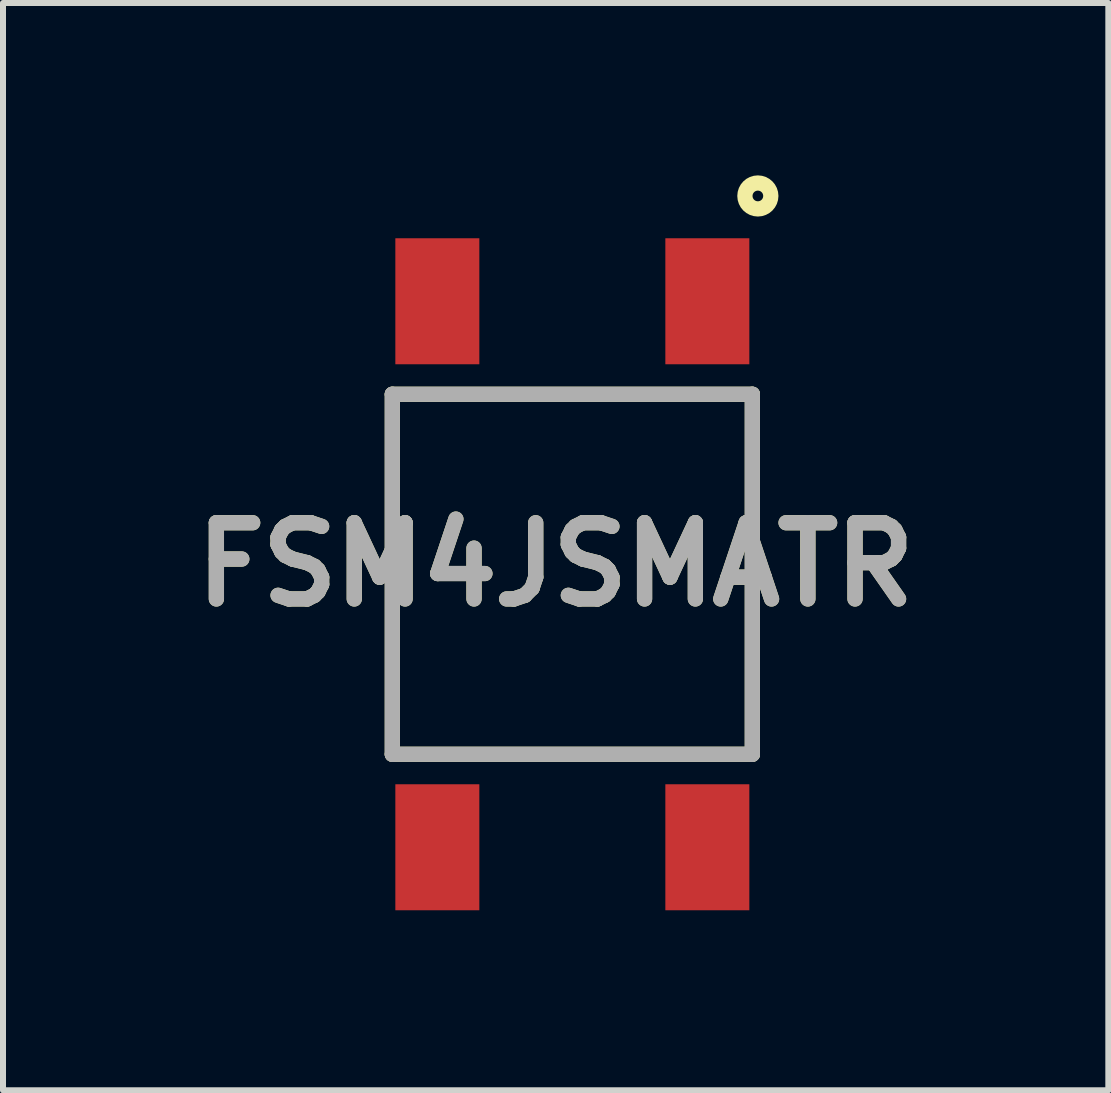
<source format=kicad_pcb>
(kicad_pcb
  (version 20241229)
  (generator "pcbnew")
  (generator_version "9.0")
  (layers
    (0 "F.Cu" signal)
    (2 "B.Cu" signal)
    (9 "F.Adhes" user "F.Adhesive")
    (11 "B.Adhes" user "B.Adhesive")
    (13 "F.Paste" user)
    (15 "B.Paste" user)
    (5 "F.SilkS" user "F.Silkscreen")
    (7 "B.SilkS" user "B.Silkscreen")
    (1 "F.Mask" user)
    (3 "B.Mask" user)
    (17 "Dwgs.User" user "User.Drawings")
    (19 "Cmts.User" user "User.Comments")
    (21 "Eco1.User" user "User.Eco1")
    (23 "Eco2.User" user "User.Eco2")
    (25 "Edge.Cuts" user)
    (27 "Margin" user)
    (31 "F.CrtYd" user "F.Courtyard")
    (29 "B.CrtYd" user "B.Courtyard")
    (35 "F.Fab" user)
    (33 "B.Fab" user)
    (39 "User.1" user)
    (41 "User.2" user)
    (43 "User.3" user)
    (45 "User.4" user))
  (footprint "FSM4JSMATR"
    (layer "F.Cu")
    (at 6.489 6.521)
    (property "Reference" "FSM4JSMATR" (at -0.278 -0.163 0) (layer "F.SilkS") (effects (font (size 1.27 1.27) (thickness 0.254))))
    (attr smd)
    (fp_line (start -3 -3) (end 3 -3) (stroke (width 0.254) (type solid)) (layer "F.SilkS"))
    (fp_line (start -3 3) (end -3 -3) (stroke (width 0.254) (type solid)) (layer "F.SilkS"))
    (fp_line (start 3 -3) (end 3 3) (stroke (width 0.254) (type solid)) (layer "F.SilkS"))
    (fp_line (start 3 3) (end -3 3) (stroke (width 0.254) (type solid)) (layer "F.SilkS"))
    (fp_circle (center 3.092 -6.305) (end 3.092 -6.216) (stroke (width 0.254) (type solid)) (fill no) (layer "F.SilkS"))
    (fp_line (start -3 -3) (end 3 -3) (stroke (width 0.254) (type solid)) (layer "F.Fab"))
    (fp_line (start -3 3) (end -3 -3) (stroke (width 0.254) (type solid)) (layer "F.Fab"))
    (fp_line (start 3 -3) (end 3 3) (stroke (width 0.254) (type solid)) (layer "F.Fab"))
    (fp_line (start 3 3) (end -3 3) (stroke (width 0.254) (type solid)) (layer "F.Fab"))
    (fp_text user "${REFERENCE}" (at -0.278 -0.163 0) (layer "F.Fab") (effects (font (size 1.27 1.27) (thickness 0.254))))
    (pad "1" smd rect (at 2.25 -4.55) (size 1.4 2.1) (layers "F.Cu" "F.Mask" "F.Paste"))
    (pad "2" smd rect (at 2.25 4.55) (size 1.4 2.1) (layers "F.Cu" "F.Mask" "F.Paste"))
    (pad "3" smd rect (at -2.25 -4.55) (size 1.4 2.1) (layers "F.Cu" "F.Mask" "F.Paste"))
    (pad "4" smd rect (at -2.25 4.55) (size 1.4 2.1) (layers "F.Cu" "F.Mask" "F.Paste")))
  (gr_rect
    (start -3 -3)
    (end 15.422 15.121)
    (stroke (width 0.1) (type default))
    (fill no)
    (layer "Edge.Cuts")))
</source>
